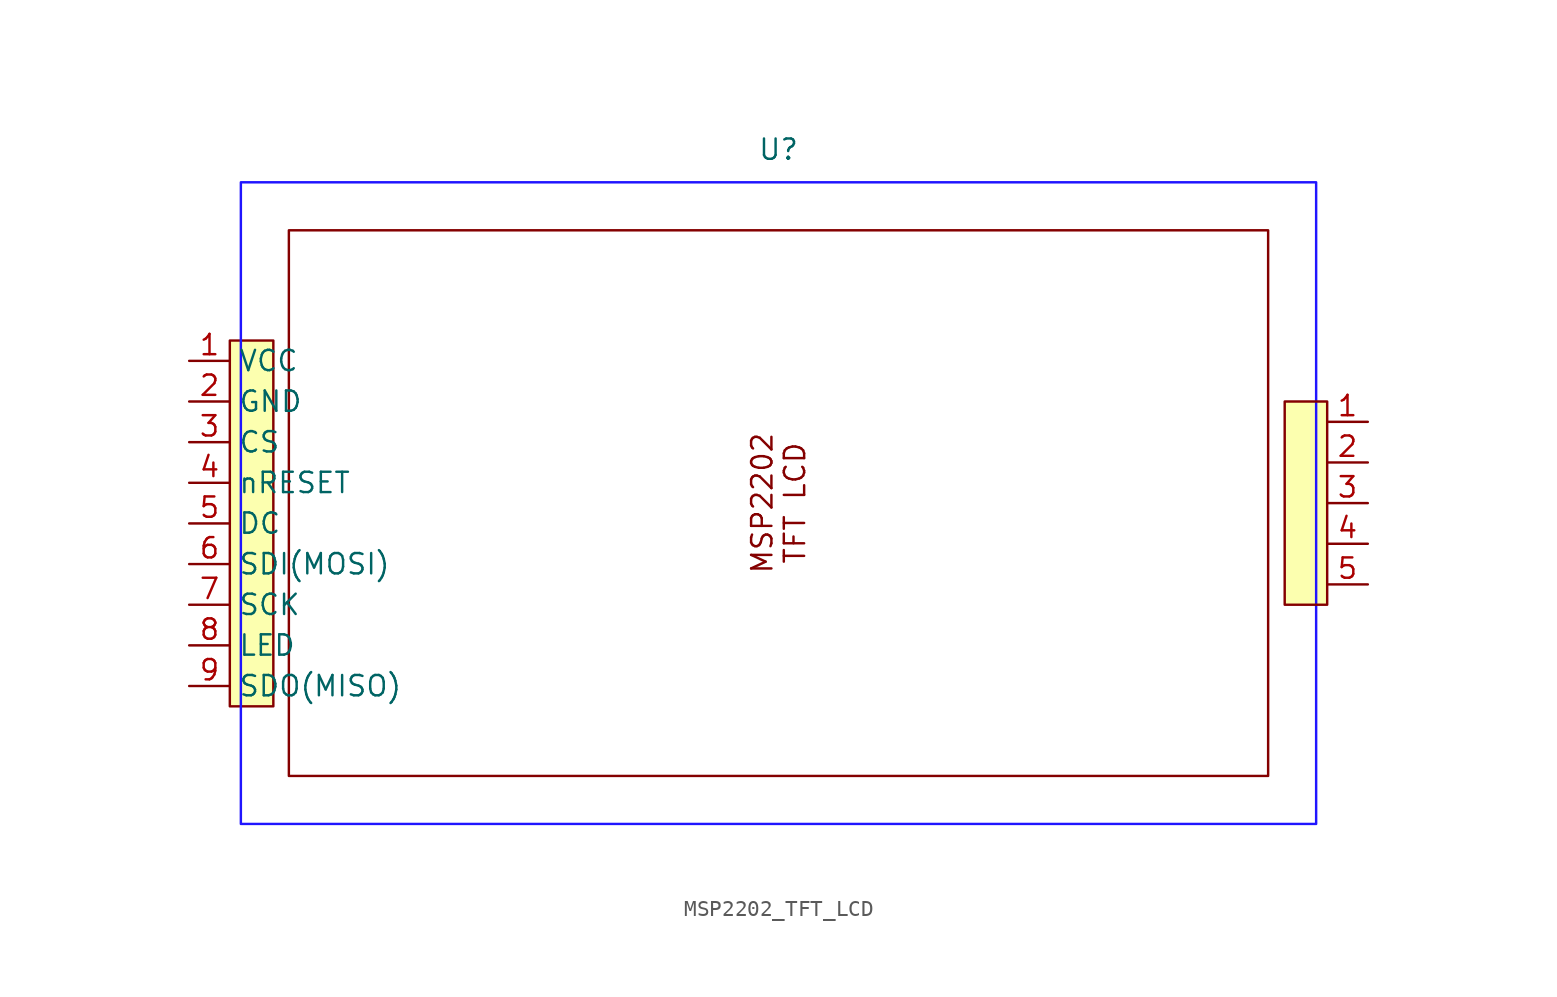
<source format=kicad_sym>
(kicad_symbol_lib
  (version 20241209)
  (generator "kicad_symbol_editor")
  (generator_version "9.0")
  (symbol "MSP2202_TFT_LCD"
    (property "Reference" "U"
      (at 0 22.098 0)
      (effects (font (size 1.27 1.27))))
    (property "Value" ""
      (at 0 0 0)
      (effects (font (size 1.27 1.27))))
    (symbol "MSP2202_TFT_LCD_1_1"
      (rectangle (start -34.29 10.16) (end -31.57 -12.7) (stroke (width 0) (type solid)) (fill (type color) (color 252 255 175 1)))
      (rectangle (start -33.6 20.05) (end 33.6 -20.05) (stroke (width 0) (type solid) (color 32 21 255 1)) (fill (type none)))
      (rectangle (start -30.6 17.05) (end 30.6 -17.05) (stroke (width 0) (type default)) (fill (type none)))
      (rectangle (start 31.635 6.35) (end 34.29 -6.35) (stroke (width 0) (type solid)) (fill (type color) (color 252 255 175 1)))
      (text "MSP2202\nTFT LCD" (at 0 0 900) (effects (font (size 1.27 1.27))))
      (pin input line (at -36.83 8.89 0) (length 2.54) (name "VCC" (effects (font (size 1.27 1.27)))) (number "1" (effects (font (size 1.27 1.27)))))
      (pin input line (at -36.83 6.35 0) (length 2.54) (name "GND" (effects (font (size 1.27 1.27)))) (number "2" (effects (font (size 1.27 1.27)))))
      (pin input line (at -36.83 3.81 0) (length 2.54) (name "CS" (effects (font (size 1.27 1.27)))) (number "3" (effects (font (size 1.27 1.27)))))
      (pin input line (at -36.83 1.27 0) (length 2.54) (name "nRESET" (effects (font (size 1.27 1.27)))) (number "4" (effects (font (size 1.27 1.27)))))
      (pin input line (at -36.83 -1.27 0) (length 2.54) (name "DC" (effects (font (size 1.27 1.27)))) (number "5" (effects (font (size 1.27 1.27)))))
      (pin input line (at -36.83 -3.81 0) (length 2.54) (name "SDI(MOSI)" (effects (font (size 1.27 1.27)))) (number "6" (effects (font (size 1.27 1.27)))))
      (pin input line (at -36.83 -6.35 0) (length 2.54) (name "SCK" (effects (font (size 1.27 1.27)))) (number "7" (effects (font (size 1.27 1.27)))))
      (pin input line (at -36.83 -8.89 0) (length 2.54) (name "LED" (effects (font (size 1.27 1.27)))) (number "8" (effects (font (size 1.27 1.27)))))
      (pin input line (at -36.83 -11.43 0) (length 2.54) (name "SDO(MISO)" (effects (font (size 1.27 1.27)))) (number "9" (effects (font (size 1.27 1.27)))))
      (pin input line (at 36.83 5.08 180) (length 2.54) (name "" (effects (font (size 1.27 1.27)))) (number "1" (effects (font (size 1.27 1.27)))))
      (pin input line (at 36.83 2.54 180) (length 2.54) (name "" (effects (font (size 1.27 1.27)))) (number "2" (effects (font (size 1.27 1.27)))))
      (pin input line (at 36.83 0 180) (length 2.54) (name "" (effects (font (size 1.27 1.27)))) (number "3" (effects (font (size 1.27 1.27)))))
      (pin input line (at 36.83 -2.54 180) (length 2.54) (name "" (effects (font (size 1.27 1.27)))) (number "4" (effects (font (size 1.27 1.27)))))
      (pin input line (at 36.83 -5.08 180) (length 2.54) (name "" (effects (font (size 1.27 1.27)))) (number "5" (effects (font (size 1.27 1.27))))))))
</source>
